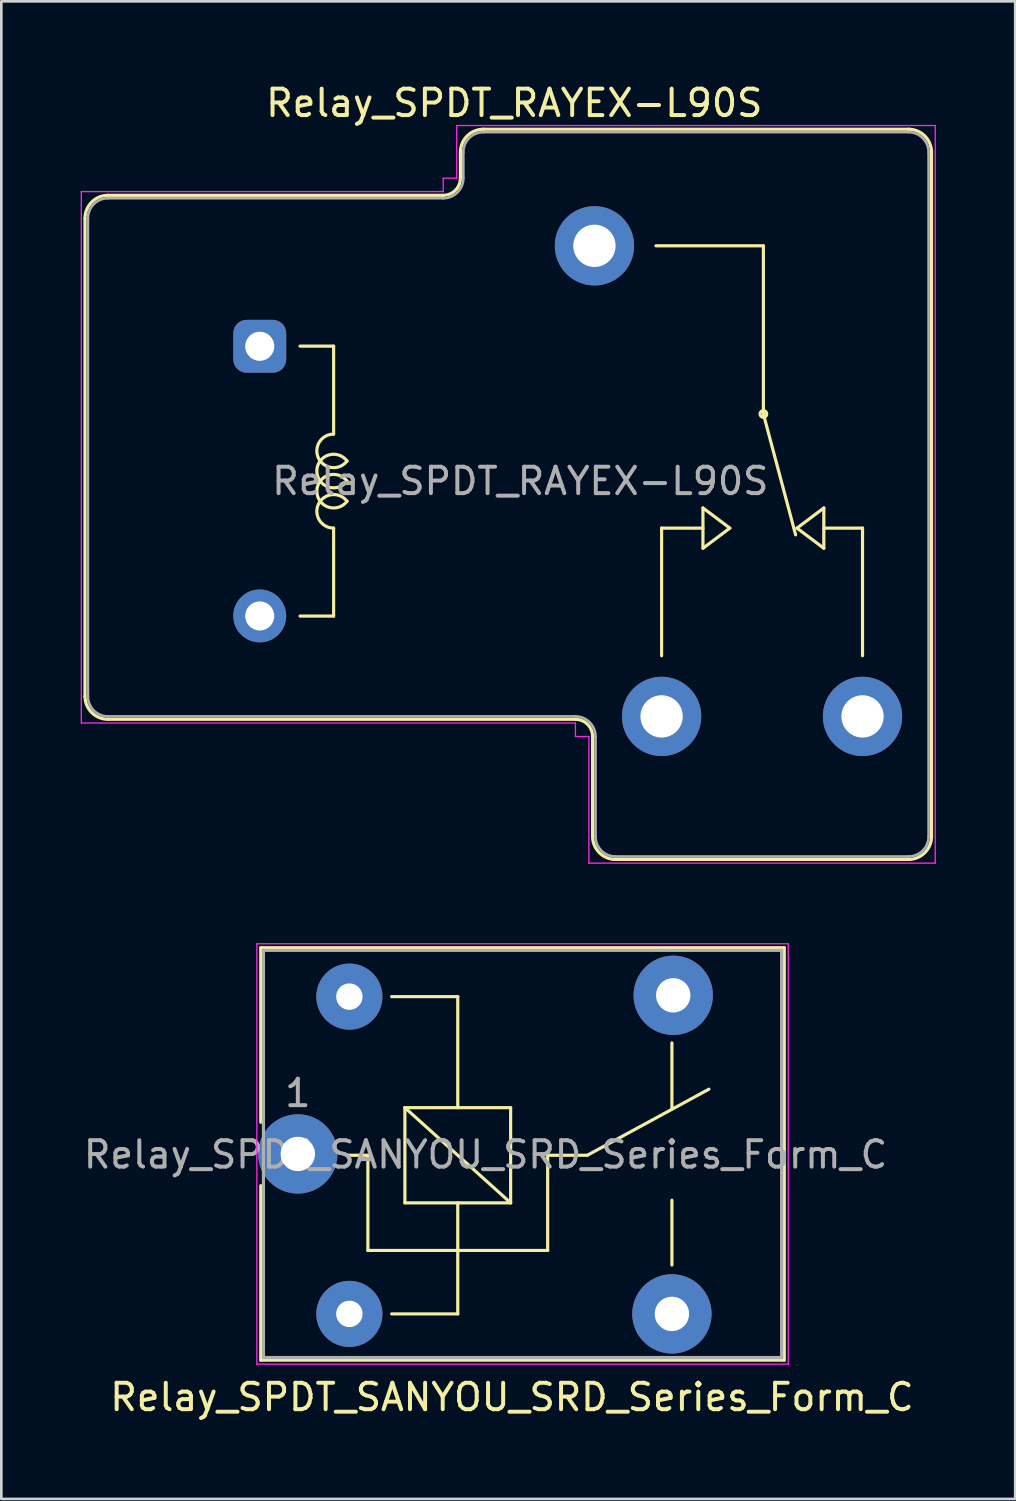
<source format=kicad_pcb>
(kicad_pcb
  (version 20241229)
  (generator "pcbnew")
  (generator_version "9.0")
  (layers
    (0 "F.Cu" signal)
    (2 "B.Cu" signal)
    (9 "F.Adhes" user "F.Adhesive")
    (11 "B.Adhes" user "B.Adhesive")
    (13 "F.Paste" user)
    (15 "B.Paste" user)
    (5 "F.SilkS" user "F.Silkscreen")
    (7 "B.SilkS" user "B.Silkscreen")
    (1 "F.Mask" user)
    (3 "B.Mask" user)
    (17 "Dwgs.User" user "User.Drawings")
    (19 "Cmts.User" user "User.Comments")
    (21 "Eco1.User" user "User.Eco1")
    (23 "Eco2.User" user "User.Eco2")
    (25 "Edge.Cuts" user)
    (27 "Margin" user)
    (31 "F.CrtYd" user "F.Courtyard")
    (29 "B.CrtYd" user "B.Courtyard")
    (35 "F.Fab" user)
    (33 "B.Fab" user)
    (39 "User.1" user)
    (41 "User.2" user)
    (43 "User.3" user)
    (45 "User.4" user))
  (footprint "Relay_SPDT_SANYOU_SRD_Series_Form_C"
    (layer "F.Cu")
    (at 8.215 40.598)
    (property "Reference" "Relay_SPDT_SANYOU_SRD_Series_Form_C" (at 8.1 9.2 0) (layer "F.SilkS") (effects (font (size 1 1) (thickness 0.15))))
    (attr through_hole)
    (fp_line (start -1.4 -7.8) (end -1.4 -1.2) (stroke (width 0.12) (type solid)) (layer "F.SilkS"))
    (fp_line (start -1.4 -7.8) (end 18.4 -7.8) (stroke (width 0.12) (type solid)) (layer "F.SilkS"))
    (fp_line (start -1.4 1.2) (end -1.4 7.8) (stroke (width 0.12) (type solid)) (layer "F.SilkS"))
    (fp_line (start 2.65 0.05) (end 1.85 0.05) (stroke (width 0.12) (type solid)) (layer "F.SilkS"))
    (fp_line (start 2.65 0.05) (end 2.65 3.65) (stroke (width 0.12) (type solid)) (layer "F.SilkS"))
    (fp_line (start 3.55 6.05) (end 6.05 6.05) (stroke (width 0.12) (type solid)) (layer "F.SilkS"))
    (fp_line (start 4.05 -1.75) (end 8.05 -1.75) (stroke (width 0.12) (type solid)) (layer "F.SilkS"))
    (fp_line (start 4.05 1.85) (end 4.05 -1.75) (stroke (width 0.12) (type solid)) (layer "F.SilkS"))
    (fp_line (start 6.05 -5.95) (end 3.55 -5.95) (stroke (width 0.12) (type solid)) (layer "F.SilkS"))
    (fp_line (start 6.05 -5.95) (end 6.05 -1.75) (stroke (width 0.12) (type solid)) (layer "F.SilkS"))
    (fp_line (start 6.05 1.85) (end 6.05 6.05) (stroke (width 0.12) (type solid)) (layer "F.SilkS"))
    (fp_line (start 8.05 -1.75) (end 8.05 1.85) (stroke (width 0.12) (type solid)) (layer "F.SilkS"))
    (fp_line (start 8.05 1.85) (end 4.05 -1.75) (stroke (width 0.12) (type solid)) (layer "F.SilkS"))
    (fp_line (start 8.05 1.85) (end 4.05 1.85) (stroke (width 0.12) (type solid)) (layer "F.SilkS"))
    (fp_line (start 9.45 0.05) (end 9.45 3.65) (stroke (width 0.12) (type solid)) (layer "F.SilkS"))
    (fp_line (start 9.45 0.05) (end 10.95 0.05) (stroke (width 0.12) (type solid)) (layer "F.SilkS"))
    (fp_line (start 9.45 3.65) (end 2.65 3.65) (stroke (width 0.12) (type solid)) (layer "F.SilkS"))
    (fp_line (start 10.95 0.05) (end 15.55 -2.45) (stroke (width 0.12) (type solid)) (layer "F.SilkS"))
    (fp_line (start 14.15 -4.2) (end 14.15 -1.7) (stroke (width 0.12) (type solid)) (layer "F.SilkS"))
    (fp_line (start 14.15 4.2) (end 14.15 1.75) (stroke (width 0.12) (type solid)) (layer "F.SilkS"))
    (fp_line (start 18.4 -7.8) (end 18.4 7.8) (stroke (width 0.12) (type solid)) (layer "F.SilkS"))
    (fp_line (start 18.4 7.8) (end -1.4 7.8) (stroke (width 0.12) (type solid)) (layer "F.SilkS"))
    (fp_line (start -1.55 7.95) (end -1.55 -7.95) (stroke (width 0.05) (type solid)) (layer "F.CrtYd"))
    (fp_line (start -1.55 7.95) (end 18.55 7.95) (stroke (width 0.05) (type solid)) (layer "F.CrtYd"))
    (fp_line (start 18.55 -7.95) (end -1.55 -7.95) (stroke (width 0.05) (type solid)) (layer "F.CrtYd"))
    (fp_line (start 18.55 -7.95) (end 18.55 7.95) (stroke (width 0.05) (type solid)) (layer "F.CrtYd"))
    (fp_line (start -1.3 -7.7) (end 18.3 -7.7) (stroke (width 0.12) (type solid)) (layer "F.Fab"))
    (fp_line (start -1.3 7.7) (end -1.3 -7.7) (stroke (width 0.12) (type solid)) (layer "F.Fab"))
    (fp_line (start 18.3 -7.7) (end 18.3 7.7) (stroke (width 0.12) (type solid)) (layer "F.Fab"))
    (fp_line (start 18.3 7.7) (end -1.3 7.7) (stroke (width 0.12) (type solid)) (layer "F.Fab"))
    (fp_text user "1" (at 0 -2.3 0) (layer "F.Fab") (effects (font (size 1 1) (thickness 0.15))))
    (fp_text user "${REFERENCE}" (at 7.1 0.025 0) (layer "F.Fab") (effects (font (size 1 1) (thickness 0.15))))
    (pad "1" thru_hole circle (at 0 0 90) (size 3 3) (drill 1.3) (layers "*.Cu" "*.Mask"))
    (pad "2" thru_hole circle (at 1.95 6.05 90) (size 2.5 2.5) (drill 1) (layers "*.Cu" "*.Mask"))
    (pad "3" thru_hole circle (at 14.15 6.05 90) (size 3 3) (drill 1.3) (layers "*.Cu" "*.Mask"))
    (pad "4" thru_hole circle (at 14.2 -6 90) (size 3 3) (drill 1.3) (layers "*.Cu" "*.Mask"))
    (pad "5" thru_hole circle (at 1.95 -5.95 90) (size 2.5 2.5) (drill 1) (layers "*.Cu" "*.Mask")))
  (footprint "Relay_SPDT_RAYEX-L90S"
    (layer "F.Cu")
    (at 4.235 15.148)
    (property "Reference" "Relay_SPDT_RAYEX-L90S" (at 12.167 -14.3 0) (layer "F.SilkS") (effects (font (size 1 1) (thickness 0.15))))
    (attr through_hole)
    (fp_line (start -4.07 -9.94) (end -4.07 8.14) (stroke (width 0.12) (type solid)) (layer "F.SilkS"))
    (fp_line (start -3.2 -10.81) (end 9.48 -10.81) (stroke (width 0.12) (type solid)) (layer "F.SilkS"))
    (fp_line (start -3.2 9.01) (end 14.48 9.01) (stroke (width 0.12) (type solid)) (layer "F.SilkS"))
    (fp_line (start 4.064 -5.105) (end 5.334 -5.105) (stroke (width 0.12) (type solid)) (layer "F.SilkS"))
    (fp_line (start 5.334 -1.778) (end 5.334 -5.105) (stroke (width 0.12) (type solid)) (layer "F.SilkS"))
    (fp_line (start 5.334 5.105) (end 4.064 5.105) (stroke (width 0.12) (type solid)) (layer "F.SilkS"))
    (fp_line (start 5.334 5.105) (end 5.334 1.778) (stroke (width 0.12) (type solid)) (layer "F.SilkS"))
    (fp_line (start 10.13 -12.44) (end 10.13 -11.46) (stroke (width 0.12) (type solid)) (layer "F.SilkS"))
    (fp_line (start 11 -13.31) (end 27.08 -13.31) (stroke (width 0.12) (type solid)) (layer "F.SilkS"))
    (fp_line (start 15.13 9.66) (end 15.13 13.44) (stroke (width 0.12) (type solid)) (layer "F.SilkS"))
    (fp_line (start 16 14.31) (end 27.08 14.31) (stroke (width 0.12) (type solid)) (layer "F.SilkS"))
    (fp_line (start 17.74 1.778) (end 19.304 1.778) (stroke (width 0.12) (type solid)) (layer "F.SilkS"))
    (fp_line (start 17.74 6.604) (end 17.74 1.778) (stroke (width 0.12) (type solid)) (layer "F.SilkS"))
    (fp_line (start 19.304 1.016) (end 19.304 2.54) (stroke (width 0.12) (type solid)) (layer "F.SilkS"))
    (fp_line (start 19.304 2.54) (end 20.32 1.778) (stroke (width 0.12) (type solid)) (layer "F.SilkS"))
    (fp_line (start 20.32 1.778) (end 19.304 1.016) (stroke (width 0.12) (type solid)) (layer "F.SilkS"))
    (fp_line (start 21.59 -8.9) (end 17.526 -8.9) (stroke (width 0.12) (type solid)) (layer "F.SilkS"))
    (fp_line (start 21.59 -2.54) (end 21.59 -8.9) (stroke (width 0.12) (type solid)) (layer "F.SilkS"))
    (fp_line (start 21.59 -2.54) (end 22.809 2.032) (stroke (width 0.12) (type solid)) (layer "F.SilkS"))
    (fp_line (start 22.86 1.778) (end 23.876 1.016) (stroke (width 0.12) (type solid)) (layer "F.SilkS"))
    (fp_line (start 23.876 1.778) (end 25.34 1.778) (stroke (width 0.12) (type solid)) (layer "F.SilkS"))
    (fp_line (start 23.876 2.54) (end 22.86 1.778) (stroke (width 0.12) (type solid)) (layer "F.SilkS"))
    (fp_line (start 23.876 2.54) (end 23.876 1.016) (stroke (width 0.12) (type solid)) (layer "F.SilkS"))
    (fp_line (start 25.34 1.778) (end 25.34 6.604) (stroke (width 0.12) (type solid)) (layer "F.SilkS"))
    (fp_line (start 27.95 -12.44) (end 27.95 13.44) (stroke (width 0.12) (type solid)) (layer "F.SilkS"))
    (fp_arc (start -4.07 -9.94) (mid -3.815183 -10.555183) (end -3.2 -10.81) (stroke (width 0.12) (type solid)) (layer "F.SilkS"))
    (fp_arc (start -3.2 9.01) (mid -3.815183 8.755183) (end -4.07 8.14) (stroke (width 0.12) (type solid)) (layer "F.SilkS"))
    (fp_arc (start 5.334002 1.777997) (mid 4.765966 0.859166) (end 5.841802 0.76173) (stroke (width 0.12) (type solid)) (layer "F.SilkS"))
    (fp_arc (start 5.8418 -0.761733) (mid 4.765964 -0.859168) (end 5.334 -1.778) (stroke (width 0.12) (type solid)) (layer "F.SilkS"))
    (fp_arc (start 5.842265 -0.000355) (mid 4.699002 -0.38078) (end 5.842 -0.762001) (stroke (width 0.12) (type solid)) (layer "F.SilkS"))
    (fp_arc (start 5.842266 0.761644) (mid 4.699003 0.381219) (end 5.842001 -0.000002) (stroke (width 0.12) (type solid)) (layer "F.SilkS"))
    (fp_arc (start 10.13 -12.44) (mid 10.384817 -13.055183) (end 11 -13.31) (stroke (width 0.12) (type solid)) (layer "F.SilkS"))
    (fp_arc (start 10.13 -11.46) (mid 9.939619 -11.000381) (end 9.48 -10.81) (stroke (width 0.12) (type solid)) (layer "F.SilkS"))
    (fp_arc (start 14.48 9.01) (mid 14.939619 9.200381) (end 15.13 9.66) (stroke (width 0.12) (type solid)) (layer "F.SilkS"))
    (fp_arc (start 16 14.31) (mid 15.384817 14.055183) (end 15.13 13.44) (stroke (width 0.12) (type solid)) (layer "F.SilkS"))
    (fp_arc (start 27.08 -13.31) (mid 27.695183 -13.055183) (end 27.95 -12.44) (stroke (width 0.12) (type solid)) (layer "F.SilkS"))
    (fp_arc (start 27.95 13.44) (mid 27.695183 14.055183) (end 27.08 14.31) (stroke (width 0.12) (type solid)) (layer "F.SilkS"))
    (fp_circle (center 21.59 -2.54) (end 21.59 -2.413) (stroke (width 0.12) (type solid)) (fill no) (layer "F.SilkS"))
    (fp_line (start -4.21 -10.95) (end -4.21 9.15) (stroke (width 0.05) (type solid)) (layer "F.CrtYd"))
    (fp_line (start -4.21 -10.95) (end 9.48 -10.95) (stroke (width 0.05) (type solid)) (layer "F.CrtYd"))
    (fp_line (start -4.21 9.15) (end 14.48 9.15) (stroke (width 0.05) (type solid)) (layer "F.CrtYd"))
    (fp_line (start 9.48 -11.46) (end 9.48 -10.95) (stroke (width 0.05) (type solid)) (layer "F.CrtYd"))
    (fp_line (start 9.48 -11.46) (end 9.99 -11.46) (stroke (width 0.05) (type solid)) (layer "F.CrtYd"))
    (fp_line (start 9.99 -13.45) (end 9.99 -11.46) (stroke (width 0.05) (type solid)) (layer "F.CrtYd"))
    (fp_line (start 9.99 -13.45) (end 28.09 -13.45) (stroke (width 0.05) (type solid)) (layer "F.CrtYd"))
    (fp_line (start 14.48 9.15) (end 14.48 9.66) (stroke (width 0.05) (type solid)) (layer "F.CrtYd"))
    (fp_line (start 14.48 9.66) (end 14.99 9.66) (stroke (width 0.05) (type solid)) (layer "F.CrtYd"))
    (fp_line (start 14.99 9.66) (end 14.99 14.45) (stroke (width 0.05) (type solid)) (layer "F.CrtYd"))
    (fp_line (start 14.99 14.45) (end 28.09 14.45) (stroke (width 0.05) (type solid)) (layer "F.CrtYd"))
    (fp_line (start 28.09 -13.45) (end 28.09 14.45) (stroke (width 0.05) (type solid)) (layer "F.CrtYd"))
    (fp_line (start -3.96 -9.94) (end -3.96 8.14) (stroke (width 0.1) (type solid)) (layer "F.Fab"))
    (fp_line (start -3.2 -10.7) (end 9.48 -10.7) (stroke (width 0.1) (type solid)) (layer "F.Fab"))
    (fp_line (start -3.2 8.9) (end 14.48 8.9) (stroke (width 0.1) (type solid)) (layer "F.Fab"))
    (fp_line (start 10.24 -12.44) (end 10.24 -11.46) (stroke (width 0.1) (type solid)) (layer "F.Fab"))
    (fp_line (start 11 -13.2) (end 27.08 -13.2) (stroke (width 0.1) (type solid)) (layer "F.Fab"))
    (fp_line (start 15.24 9.66) (end 15.24 13.44) (stroke (width 0.1) (type solid)) (layer "F.Fab"))
    (fp_line (start 16 14.2) (end 27.08 14.2) (stroke (width 0.1) (type solid)) (layer "F.Fab"))
    (fp_line (start 27.84 -12.44) (end 27.84 13.44) (stroke (width 0.1) (type solid)) (layer "F.Fab"))
    (fp_arc (start -3.96 -9.94) (mid -3.737401 -10.477401) (end -3.2 -10.7) (stroke (width 0.1) (type solid)) (layer "F.Fab"))
    (fp_arc (start -3.2 8.9) (mid -3.737401 8.677401) (end -3.96 8.14) (stroke (width 0.1) (type solid)) (layer "F.Fab"))
    (fp_arc (start 10.24 -12.44) (mid 10.462599 -12.977401) (end 11 -13.2) (stroke (width 0.1) (type solid)) (layer "F.Fab"))
    (fp_arc (start 10.24 -11.46) (mid 10.017401 -10.922599) (end 9.48 -10.7) (stroke (width 0.1) (type solid)) (layer "F.Fab"))
    (fp_arc (start 14.48 8.9) (mid 15.017401 9.122599) (end 15.24 9.66) (stroke (width 0.1) (type solid)) (layer "F.Fab"))
    (fp_arc (start 16 14.2) (mid 15.462599 13.977401) (end 15.24 13.44) (stroke (width 0.1) (type solid)) (layer "F.Fab"))
    (fp_arc (start 27.08 -13.2) (mid 27.617401 -12.977401) (end 27.84 -12.44) (stroke (width 0.1) (type solid)) (layer "F.Fab"))
    (fp_arc (start 27.84 13.44) (mid 27.617401 13.977401) (end 27.08 14.2) (stroke (width 0.1) (type solid)) (layer "F.Fab"))
    (fp_text user "${REFERENCE}" (at 12.395 0 0) (layer "F.Fab") (effects (font (size 1 1) (thickness 0.15))))
    (pad "11" thru_hole circle (at 15.2 -8.9 180) (size 3 3) (drill 1.6) (layers "*.Cu" "*.Mask"))
    (pad "12" thru_hole circle (at 25.34 8.9 180) (size 3 3) (drill 1.6) (layers "*.Cu" "*.Mask"))
    (pad "14" thru_hole circle (at 17.74 8.9 180) (size 3 3) (drill 1.6) (layers "*.Cu" "*.Mask"))
    (pad "A1" thru_hole roundrect (at 2.54 -5.1 180) (size 2 2) (drill 1.1) (layers "*.Cu" "*.Mask") (roundrect_rratio 0.25))
    (pad "A2" thru_hole circle (at 2.54 5.1 180) (size 2 2) (drill 1.1) (layers "*.Cu" "*.Mask")))
  (gr_rect
    (start -3 -3)
    (end 35.35 53.647)
    (stroke (width 0.1) (type default))
    (fill no)
    (layer "Edge.Cuts")))
</source>
